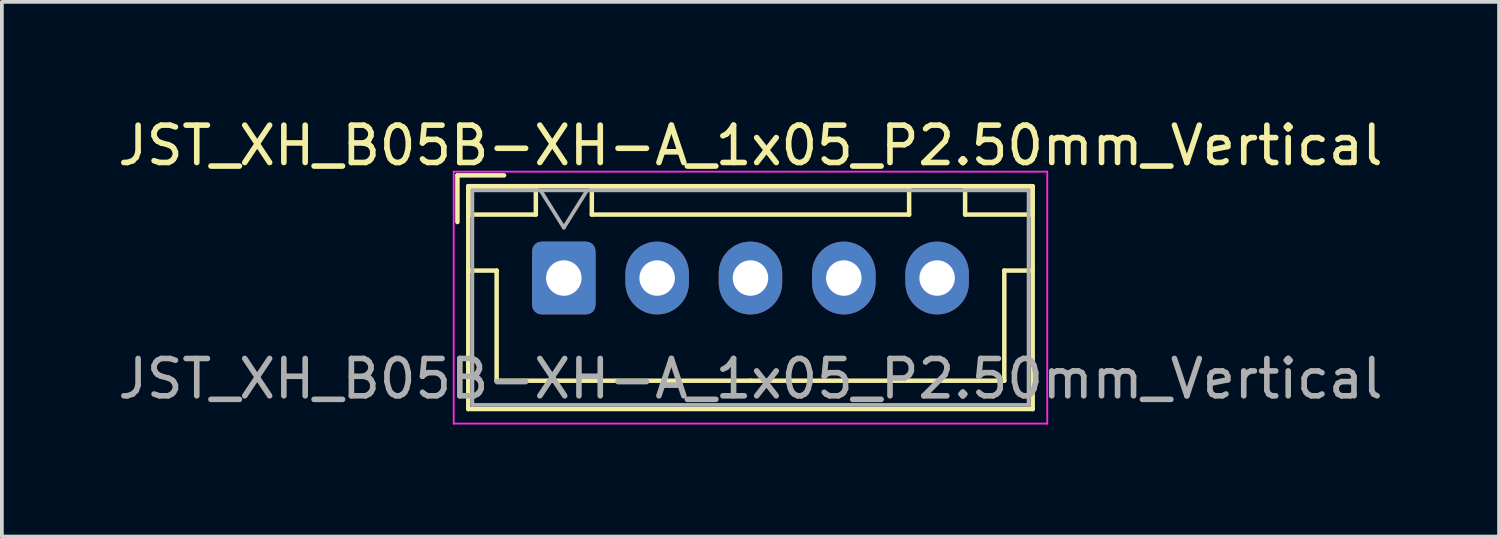
<source format=kicad_pcb>
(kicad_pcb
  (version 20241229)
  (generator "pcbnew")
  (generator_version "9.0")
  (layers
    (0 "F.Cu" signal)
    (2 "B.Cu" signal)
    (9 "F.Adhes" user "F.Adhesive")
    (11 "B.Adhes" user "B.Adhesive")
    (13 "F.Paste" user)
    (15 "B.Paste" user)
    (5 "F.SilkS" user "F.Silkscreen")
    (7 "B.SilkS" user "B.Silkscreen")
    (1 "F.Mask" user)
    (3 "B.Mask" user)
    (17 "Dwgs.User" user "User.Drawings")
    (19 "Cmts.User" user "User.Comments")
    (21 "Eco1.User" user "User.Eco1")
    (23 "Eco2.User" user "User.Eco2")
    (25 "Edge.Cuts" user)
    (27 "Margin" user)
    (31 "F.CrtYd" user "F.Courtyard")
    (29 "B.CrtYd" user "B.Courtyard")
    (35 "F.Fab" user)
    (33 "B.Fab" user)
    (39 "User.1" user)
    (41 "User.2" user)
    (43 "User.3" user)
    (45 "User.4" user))
  (footprint "JST_XH_B05B-XH-A_1x05_P2.50mm_Vertical"
    (layer "F.Cu")
    (at 12.054 4.398)
    (property "Reference" "JST_XH_B05B-XH-A_1x05_P2.50mm_Vertical" (at 5 -3.55 0) (layer "F.SilkS") (effects (font (size 1 1) (thickness 0.15))))
    (attr through_hole)
    (fp_line (start -2.85 -2.75) (end -2.85 -1.5) (stroke (width 0.12) (type solid)) (layer "F.SilkS"))
    (fp_line (start -2.56 -2.46) (end -2.56 3.51) (stroke (width 0.12) (type solid)) (layer "F.SilkS"))
    (fp_line (start -2.56 3.51) (end 12.56 3.51) (stroke (width 0.12) (type solid)) (layer "F.SilkS"))
    (fp_line (start -2.55 -2.45) (end -2.55 -1.7) (stroke (width 0.12) (type solid)) (layer "F.SilkS"))
    (fp_line (start -2.55 -1.7) (end -0.75 -1.7) (stroke (width 0.12) (type solid)) (layer "F.SilkS"))
    (fp_line (start -2.55 -0.2) (end -1.8 -0.2) (stroke (width 0.12) (type solid)) (layer "F.SilkS"))
    (fp_line (start -1.8 -0.2) (end -1.8 2.75) (stroke (width 0.12) (type solid)) (layer "F.SilkS"))
    (fp_line (start -1.8 2.75) (end 5 2.75) (stroke (width 0.12) (type solid)) (layer "F.SilkS"))
    (fp_line (start -1.6 -2.75) (end -2.85 -2.75) (stroke (width 0.12) (type solid)) (layer "F.SilkS"))
    (fp_line (start -0.75 -2.45) (end -2.55 -2.45) (stroke (width 0.12) (type solid)) (layer "F.SilkS"))
    (fp_line (start -0.75 -1.7) (end -0.75 -2.45) (stroke (width 0.12) (type solid)) (layer "F.SilkS"))
    (fp_line (start 0.75 -2.45) (end 0.75 -1.7) (stroke (width 0.12) (type solid)) (layer "F.SilkS"))
    (fp_line (start 0.75 -1.7) (end 9.25 -1.7) (stroke (width 0.12) (type solid)) (layer "F.SilkS"))
    (fp_line (start 9.25 -2.45) (end 0.75 -2.45) (stroke (width 0.12) (type solid)) (layer "F.SilkS"))
    (fp_line (start 9.25 -1.7) (end 9.25 -2.45) (stroke (width 0.12) (type solid)) (layer "F.SilkS"))
    (fp_line (start 10.75 -2.45) (end 10.75 -1.7) (stroke (width 0.12) (type solid)) (layer "F.SilkS"))
    (fp_line (start 10.75 -1.7) (end 12.55 -1.7) (stroke (width 0.12) (type solid)) (layer "F.SilkS"))
    (fp_line (start 11.8 -0.2) (end 11.8 2.75) (stroke (width 0.12) (type solid)) (layer "F.SilkS"))
    (fp_line (start 11.8 2.75) (end 5 2.75) (stroke (width 0.12) (type solid)) (layer "F.SilkS"))
    (fp_line (start 12.55 -2.45) (end 10.75 -2.45) (stroke (width 0.12) (type solid)) (layer "F.SilkS"))
    (fp_line (start 12.55 -1.7) (end 12.55 -2.45) (stroke (width 0.12) (type solid)) (layer "F.SilkS"))
    (fp_line (start 12.55 -0.2) (end 11.8 -0.2) (stroke (width 0.12) (type solid)) (layer "F.SilkS"))
    (fp_line (start 12.56 -2.46) (end -2.56 -2.46) (stroke (width 0.12) (type solid)) (layer "F.SilkS"))
    (fp_line (start 12.56 3.51) (end 12.56 -2.46) (stroke (width 0.12) (type solid)) (layer "F.SilkS"))
    (fp_line (start -2.95 -2.85) (end -2.95 3.9) (stroke (width 0.05) (type solid)) (layer "F.CrtYd"))
    (fp_line (start -2.95 3.9) (end 12.95 3.9) (stroke (width 0.05) (type solid)) (layer "F.CrtYd"))
    (fp_line (start 12.95 -2.85) (end -2.95 -2.85) (stroke (width 0.05) (type solid)) (layer "F.CrtYd"))
    (fp_line (start 12.95 3.9) (end 12.95 -2.85) (stroke (width 0.05) (type solid)) (layer "F.CrtYd"))
    (fp_line (start -2.45 -2.35) (end -2.45 3.4) (stroke (width 0.1) (type solid)) (layer "F.Fab"))
    (fp_line (start -2.45 3.4) (end 12.45 3.4) (stroke (width 0.1) (type solid)) (layer "F.Fab"))
    (fp_line (start -0.625 -2.35) (end 0 -1.35) (stroke (width 0.1) (type solid)) (layer "F.Fab"))
    (fp_line (start 0 -1.35) (end 0.625 -2.35) (stroke (width 0.1) (type solid)) (layer "F.Fab"))
    (fp_line (start 12.45 -2.35) (end -2.45 -2.35) (stroke (width 0.1) (type solid)) (layer "F.Fab"))
    (fp_line (start 12.45 3.4) (end 12.45 -2.35) (stroke (width 0.1) (type solid)) (layer "F.Fab"))
    (fp_text user "${REFERENCE}" (at 5 2.7 0) (layer "F.Fab") (effects (font (size 1 1) (thickness 0.15))))
    (pad "1" thru_hole roundrect (at 0 0) (size 1.7 1.95) (drill 0.95) (layers "*.Cu" "*.Mask") (roundrect_rratio 0.147))
    (pad "2" thru_hole oval (at 2.5 0) (size 1.7 1.95) (drill 0.95) (layers "*.Cu" "*.Mask"))
    (pad "3" thru_hole oval (at 5 0) (size 1.7 1.95) (drill 0.95) (layers "*.Cu" "*.Mask"))
    (pad "4" thru_hole oval (at 7.5 0) (size 1.7 1.95) (drill 0.95) (layers "*.Cu" "*.Mask"))
    (pad "5" thru_hole oval (at 10 0) (size 1.7 1.95) (drill 0.95) (layers "*.Cu" "*.Mask")))
  (gr_rect
    (start -3 -3)
    (end 37.107 11.323)
    (stroke (width 0.1) (type default))
    (fill no)
    (layer "Edge.Cuts")))
</source>
